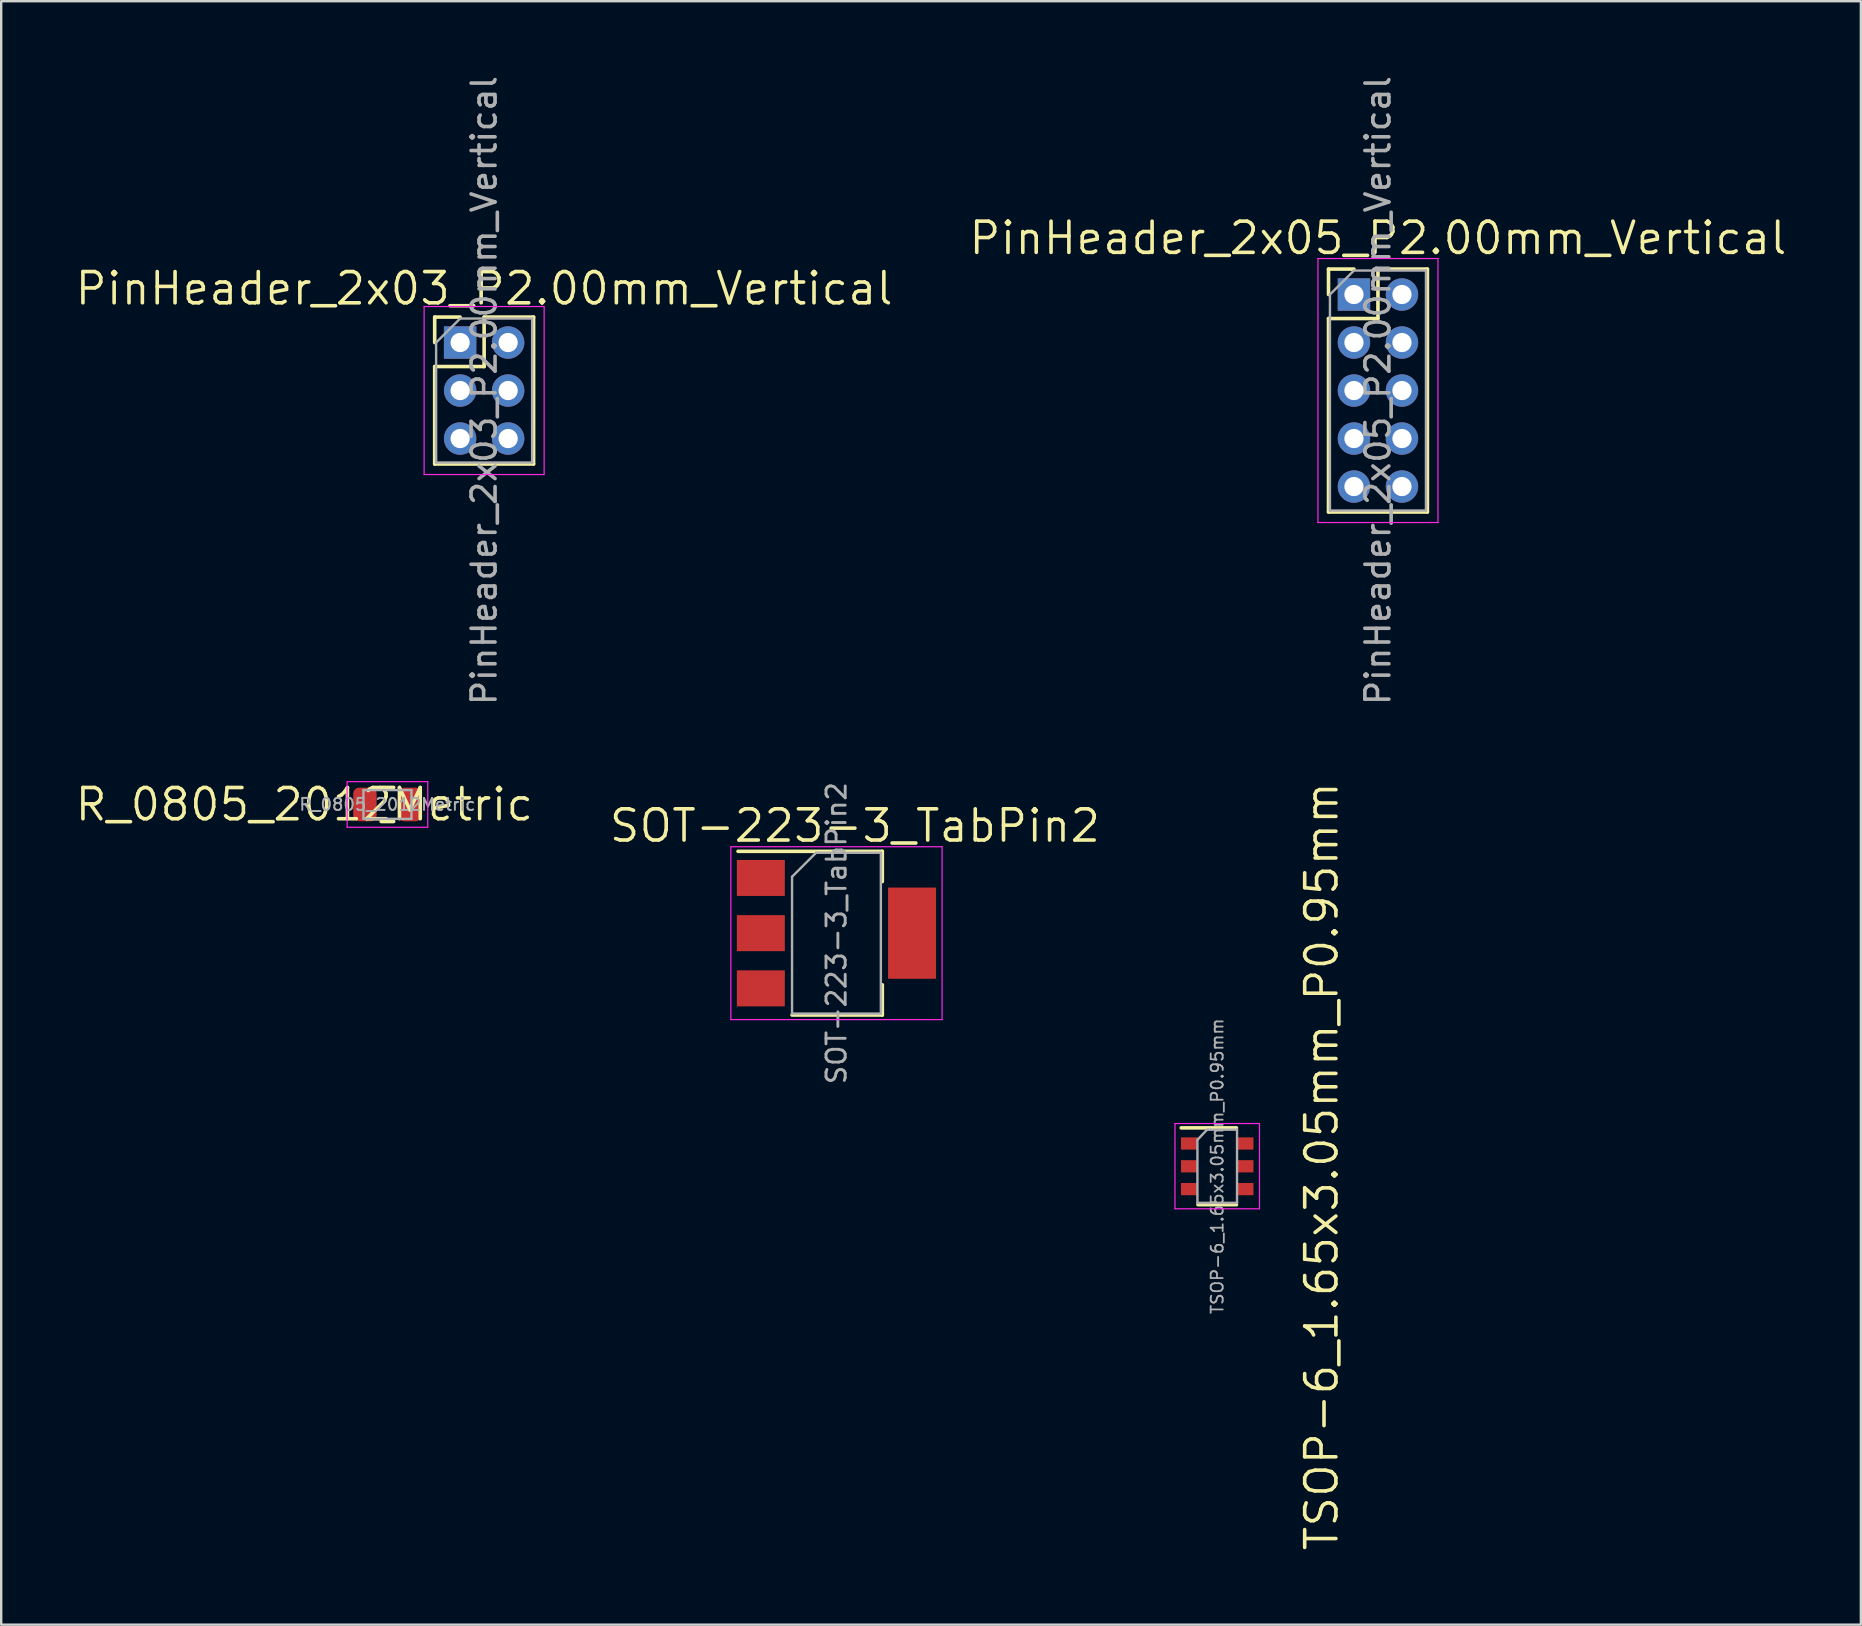
<source format=kicad_pcb>
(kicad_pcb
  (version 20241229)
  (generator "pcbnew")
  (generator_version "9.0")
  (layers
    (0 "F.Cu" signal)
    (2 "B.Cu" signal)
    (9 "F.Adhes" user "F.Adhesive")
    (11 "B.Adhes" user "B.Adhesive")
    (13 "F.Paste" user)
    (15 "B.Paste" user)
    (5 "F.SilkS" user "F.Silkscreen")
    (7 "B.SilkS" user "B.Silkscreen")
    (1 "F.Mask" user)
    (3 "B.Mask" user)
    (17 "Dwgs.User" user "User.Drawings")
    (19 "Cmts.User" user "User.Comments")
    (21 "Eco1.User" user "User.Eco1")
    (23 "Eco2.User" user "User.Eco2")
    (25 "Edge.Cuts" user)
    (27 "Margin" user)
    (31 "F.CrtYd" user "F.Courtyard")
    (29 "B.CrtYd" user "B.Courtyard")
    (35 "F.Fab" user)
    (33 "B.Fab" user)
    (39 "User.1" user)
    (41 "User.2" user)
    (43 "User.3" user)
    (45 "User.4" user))
  (footprint "R_0805_2012Metric"
    (layer "F.Cu")
    (at 13.091 30.464)
    (property "Reference" "R_0805_2012Metric" (at -3.462 0 0) (layer "F.SilkS") (effects (font (size 1.3 1.3) (thickness 0.15))))
    (attr smd)
    (fp_line (start -0.259 -0.71) (end 0.259 -0.71) (stroke (width 0.15) (type solid)) (layer "F.SilkS"))
    (fp_line (start -0.259 0.71) (end 0.259 0.71) (stroke (width 0.15) (type solid)) (layer "F.SilkS"))
    (fp_line (start -1.68 -0.95) (end 1.68 -0.95) (stroke (width 0.05) (type solid)) (layer "F.CrtYd"))
    (fp_line (start -1.68 0.95) (end -1.68 -0.95) (stroke (width 0.05) (type solid)) (layer "F.CrtYd"))
    (fp_line (start 1.68 -0.95) (end 1.68 0.95) (stroke (width 0.05) (type solid)) (layer "F.CrtYd"))
    (fp_line (start 1.68 0.95) (end -1.68 0.95) (stroke (width 0.05) (type solid)) (layer "F.CrtYd"))
    (fp_line (start -1 -0.6) (end 1 -0.6) (stroke (width 0.1) (type solid)) (layer "F.Fab"))
    (fp_line (start -1 0.6) (end -1 -0.6) (stroke (width 0.1) (type solid)) (layer "F.Fab"))
    (fp_line (start 1 -0.6) (end 1 0.6) (stroke (width 0.1) (type solid)) (layer "F.Fab"))
    (fp_line (start 1 0.6) (end -1 0.6) (stroke (width 0.1) (type solid)) (layer "F.Fab"))
    (fp_text user "${REFERENCE}" (at 0 0 0) (layer "F.Fab") (effects (font (size 0.5 0.5) (thickness 0.08))))
    (pad "1" smd roundrect (at -0.938 0) (size 0.975 1.4) (layers "F.Cu" "F.Mask" "F.Paste") (roundrect_rratio 0.25))
    (pad "2" smd roundrect (at 0.938 0) (size 0.975 1.4) (layers "F.Cu" "F.Mask" "F.Paste") (roundrect_rratio 0.25)))
  (footprint "PinHeader_2x05_P2.00mm_Vertical"
    (layer "F.Cu")
    (at 53.356 9.22)
    (property "Reference" "PinHeader_2x05_P2.00mm_Vertical" (at 1 -2.35 0) (layer "F.SilkS") (effects (font (size 1.3 1.3) (thickness 0.15))))
    (attr through_hole)
    (fp_line (start -1.06 -1.06) (end 0 -1.06) (stroke (width 0.15) (type solid)) (layer "F.SilkS"))
    (fp_line (start -1.06 0) (end -1.06 -1.06) (stroke (width 0.15) (type solid)) (layer "F.SilkS"))
    (fp_line (start -1.06 1) (end -1.06 9.06) (stroke (width 0.15) (type solid)) (layer "F.SilkS"))
    (fp_line (start -1.06 1) (end 1 1) (stroke (width 0.15) (type solid)) (layer "F.SilkS"))
    (fp_line (start -1.06 9.06) (end 3.06 9.06) (stroke (width 0.15) (type solid)) (layer "F.SilkS"))
    (fp_line (start 1 -1.06) (end 3.06 -1.06) (stroke (width 0.15) (type solid)) (layer "F.SilkS"))
    (fp_line (start 1 1) (end 1 -1.06) (stroke (width 0.15) (type solid)) (layer "F.SilkS"))
    (fp_line (start 3.06 -1.06) (end 3.06 9.06) (stroke (width 0.15) (type solid)) (layer "F.SilkS"))
    (fp_line (start -1.5 -1.5) (end -1.5 9.5) (stroke (width 0.05) (type solid)) (layer "F.CrtYd"))
    (fp_line (start -1.5 9.5) (end 3.5 9.5) (stroke (width 0.05) (type solid)) (layer "F.CrtYd"))
    (fp_line (start 3.5 -1.5) (end -1.5 -1.5) (stroke (width 0.05) (type solid)) (layer "F.CrtYd"))
    (fp_line (start 3.5 9.5) (end 3.5 -1.5) (stroke (width 0.05) (type solid)) (layer "F.CrtYd"))
    (fp_line (start -1 0) (end 0 -1) (stroke (width 0.1) (type solid)) (layer "F.Fab"))
    (fp_line (start -1 9) (end -1 0) (stroke (width 0.1) (type solid)) (layer "F.Fab"))
    (fp_line (start 0 -1) (end 3 -1) (stroke (width 0.1) (type solid)) (layer "F.Fab"))
    (fp_line (start 3 -1) (end 3 9) (stroke (width 0.1) (type solid)) (layer "F.Fab"))
    (fp_line (start 3 9) (end -1 9) (stroke (width 0.1) (type solid)) (layer "F.Fab"))
    (fp_text user "${REFERENCE}" (at 1 4 90) (layer "F.Fab") (effects (font (size 1 1) (thickness 0.15))))
    (pad "1" thru_hole rect (at 0 0) (size 1.35 1.35) (drill 0.8) (layers "*.Cu" "*.Mask"))
    (pad "2" thru_hole oval (at 2 0) (size 1.35 1.35) (drill 0.8) (layers "*.Cu" "*.Mask"))
    (pad "3" thru_hole oval (at 0 2) (size 1.35 1.35) (drill 0.8) (layers "*.Cu" "*.Mask"))
    (pad "4" thru_hole oval (at 2 2) (size 1.35 1.35) (drill 0.8) (layers "*.Cu" "*.Mask"))
    (pad "5" thru_hole oval (at 0 4) (size 1.35 1.35) (drill 0.8) (layers "*.Cu" "*.Mask"))
    (pad "6" thru_hole oval (at 2 4) (size 1.35 1.35) (drill 0.8) (layers "*.Cu" "*.Mask"))
    (pad "7" thru_hole oval (at 0 6) (size 1.35 1.35) (drill 0.8) (layers "*.Cu" "*.Mask"))
    (pad "8" thru_hole oval (at 2 6) (size 1.35 1.35) (drill 0.8) (layers "*.Cu" "*.Mask"))
    (pad "9" thru_hole oval (at 0 8) (size 1.35 1.35) (drill 0.8) (layers "*.Cu" "*.Mask"))
    (pad "10" thru_hole oval (at 2 8) (size 1.35 1.35) (drill 0.8) (layers "*.Cu" "*.Mask")))
  (footprint "SOT-223-3_TabPin2"
    (layer "F.Cu")
    (at 31.797 35.826)
    (property "Reference" "SOT-223-3_TabPin2" (at 0.769 -4.474 0) (layer "F.SilkS") (effects (font (size 1.3 1.3) (thickness 0.15))))
    (attr smd)
    (fp_line (start -4.1 -3.41) (end 1.91 -3.41) (stroke (width 0.15) (type solid)) (layer "F.SilkS"))
    (fp_line (start -1.85 3.41) (end 1.91 3.41) (stroke (width 0.15) (type solid)) (layer "F.SilkS"))
    (fp_line (start 1.91 -3.41) (end 1.91 -2.15) (stroke (width 0.15) (type solid)) (layer "F.SilkS"))
    (fp_line (start 1.91 3.41) (end 1.91 2.15) (stroke (width 0.15) (type solid)) (layer "F.SilkS"))
    (fp_line (start -4.4 -3.6) (end -4.4 3.6) (stroke (width 0.05) (type solid)) (layer "F.CrtYd"))
    (fp_line (start -4.4 3.6) (end 4.4 3.6) (stroke (width 0.05) (type solid)) (layer "F.CrtYd"))
    (fp_line (start 4.4 -3.6) (end -4.4 -3.6) (stroke (width 0.05) (type solid)) (layer "F.CrtYd"))
    (fp_line (start 4.4 3.6) (end 4.4 -3.6) (stroke (width 0.05) (type solid)) (layer "F.CrtYd"))
    (fp_line (start -1.85 -2.35) (end -1.85 3.35) (stroke (width 0.1) (type solid)) (layer "F.Fab"))
    (fp_line (start -1.85 -2.35) (end -0.85 -3.35) (stroke (width 0.1) (type solid)) (layer "F.Fab"))
    (fp_line (start -1.85 3.35) (end 1.85 3.35) (stroke (width 0.1) (type solid)) (layer "F.Fab"))
    (fp_line (start -0.85 -3.35) (end 1.85 -3.35) (stroke (width 0.1) (type solid)) (layer "F.Fab"))
    (fp_line (start 1.85 -3.35) (end 1.85 3.35) (stroke (width 0.1) (type solid)) (layer "F.Fab"))
    (fp_text user "${REFERENCE}" (at 0 0 90) (layer "F.Fab") (effects (font (size 0.8 0.8) (thickness 0.12))))
    (pad "1" smd rect (at -3.15 -2.3) (size 2 1.5) (layers "F.Cu" "F.Mask" "F.Paste"))
    (pad "2" smd rect (at -3.15 0) (size 2 1.5) (layers "F.Cu" "F.Mask" "F.Paste"))
    (pad "2" smd rect (at 3.15 0) (size 2 3.8) (layers "F.Cu" "F.Mask" "F.Paste"))
    (pad "3" smd rect (at -3.15 2.3) (size 2 1.5) (layers "F.Cu" "F.Mask" "F.Paste")))
  (footprint "PinHeader_2x03_P2.00mm_Vertical"
    (layer "F.Cu")
    (at 16.119 11.22)
    (property "Reference" "PinHeader_2x03_P2.00mm_Vertical" (at 1 -2.25 0) (layer "F.SilkS") (effects (font (size 1.3 1.3) (thickness 0.15))))
    (attr through_hole)
    (fp_line (start -1.06 -1.06) (end 0 -1.06) (stroke (width 0.15) (type solid)) (layer "F.SilkS"))
    (fp_line (start -1.06 0) (end -1.06 -1.06) (stroke (width 0.15) (type solid)) (layer "F.SilkS"))
    (fp_line (start -1.06 1) (end -1.06 5.06) (stroke (width 0.15) (type solid)) (layer "F.SilkS"))
    (fp_line (start -1.06 1) (end 1 1) (stroke (width 0.15) (type solid)) (layer "F.SilkS"))
    (fp_line (start -1.06 5.06) (end 3.06 5.06) (stroke (width 0.15) (type solid)) (layer "F.SilkS"))
    (fp_line (start 1 -1.06) (end 3.06 -1.06) (stroke (width 0.15) (type solid)) (layer "F.SilkS"))
    (fp_line (start 1 1) (end 1 -1.06) (stroke (width 0.15) (type solid)) (layer "F.SilkS"))
    (fp_line (start 3.06 -1.06) (end 3.06 5.06) (stroke (width 0.15) (type solid)) (layer "F.SilkS"))
    (fp_line (start -1.5 -1.5) (end -1.5 5.5) (stroke (width 0.05) (type solid)) (layer "F.CrtYd"))
    (fp_line (start -1.5 5.5) (end 3.5 5.5) (stroke (width 0.05) (type solid)) (layer "F.CrtYd"))
    (fp_line (start 3.5 -1.5) (end -1.5 -1.5) (stroke (width 0.05) (type solid)) (layer "F.CrtYd"))
    (fp_line (start 3.5 5.5) (end 3.5 -1.5) (stroke (width 0.05) (type solid)) (layer "F.CrtYd"))
    (fp_line (start -1 0) (end 0 -1) (stroke (width 0.1) (type solid)) (layer "F.Fab"))
    (fp_line (start -1 5) (end -1 0) (stroke (width 0.1) (type solid)) (layer "F.Fab"))
    (fp_line (start 0 -1) (end 3 -1) (stroke (width 0.1) (type solid)) (layer "F.Fab"))
    (fp_line (start 3 -1) (end 3 5) (stroke (width 0.1) (type solid)) (layer "F.Fab"))
    (fp_line (start 3 5) (end -1 5) (stroke (width 0.1) (type solid)) (layer "F.Fab"))
    (fp_text user "${REFERENCE}" (at 1 2 90) (layer "F.Fab") (effects (font (size 1 1) (thickness 0.15))))
    (pad "1" thru_hole rect (at 0 0) (size 1.35 1.35) (drill 0.8) (layers "*.Cu" "*.Mask"))
    (pad "2" thru_hole oval (at 2 0) (size 1.35 1.35) (drill 0.8) (layers "*.Cu" "*.Mask"))
    (pad "3" thru_hole oval (at 0 2) (size 1.35 1.35) (drill 0.8) (layers "*.Cu" "*.Mask"))
    (pad "4" thru_hole oval (at 2 2) (size 1.35 1.35) (drill 0.8) (layers "*.Cu" "*.Mask"))
    (pad "5" thru_hole oval (at 0 4) (size 1.35 1.35) (drill 0.8) (layers "*.Cu" "*.Mask"))
    (pad "6" thru_hole oval (at 2 4) (size 1.35 1.35) (drill 0.8) (layers "*.Cu" "*.Mask")))
  (footprint "TSOP-6_1.65x3.05mm_P0.95mm"
    (layer "F.Cu")
    (at 47.66 45.538)
    (property "Reference" "TSOP-6_1.65x3.05mm_P0.95mm" (at 4.35 0 90) (layer "F.SilkS") (effects (font (size 1.3 1.3) (thickness 0.15))))
    (attr smd)
    (fp_line (start -0.8 1.6) (end 0.8 1.6) (stroke (width 0.15) (type solid)) (layer "F.SilkS"))
    (fp_line (start 0.8 -1.6) (end -1.5 -1.6) (stroke (width 0.15) (type solid)) (layer "F.SilkS"))
    (fp_line (start -1.76 -1.78) (end -1.76 1.77) (stroke (width 0.05) (type solid)) (layer "F.CrtYd"))
    (fp_line (start -1.76 -1.78) (end 1.76 -1.78) (stroke (width 0.05) (type solid)) (layer "F.CrtYd"))
    (fp_line (start 1.76 1.77) (end -1.76 1.77) (stroke (width 0.05) (type solid)) (layer "F.CrtYd"))
    (fp_line (start 1.76 1.77) (end 1.76 -1.78) (stroke (width 0.05) (type solid)) (layer "F.CrtYd"))
    (fp_line (start -0.825 -1.1) (end -0.825 1.525) (stroke (width 0.1) (type solid)) (layer "F.Fab"))
    (fp_line (start -0.825 -1.1) (end -0.425 -1.525) (stroke (width 0.1) (type solid)) (layer "F.Fab"))
    (fp_line (start 0.825 -1.525) (end -0.425 -1.525) (stroke (width 0.1) (type solid)) (layer "F.Fab"))
    (fp_line (start 0.825 -1.525) (end 0.825 1.525) (stroke (width 0.1) (type solid)) (layer "F.Fab"))
    (fp_line (start 0.825 1.525) (end -0.825 1.525) (stroke (width 0.1) (type solid)) (layer "F.Fab"))
    (fp_text user "${REFERENCE}" (at 0 0 90) (layer "F.Fab") (effects (font (size 0.5 0.5) (thickness 0.075))))
    (pad "1" smd rect (at -1.16 -0.95) (size 0.7 0.51) (layers "F.Cu" "F.Mask" "F.Paste"))
    (pad "2" smd rect (at -1.16 0) (size 0.7 0.51) (layers "F.Cu" "F.Mask" "F.Paste"))
    (pad "3" smd rect (at -1.16 0.95) (size 0.7 0.51) (layers "F.Cu" "F.Mask" "F.Paste"))
    (pad "4" smd rect (at 1.16 0.95) (size 0.7 0.51) (layers "F.Cu" "F.Mask" "F.Paste"))
    (pad "5" smd rect (at 1.16 0) (size 0.7 0.51) (layers "F.Cu" "F.Mask" "F.Paste"))
    (pad "6" smd rect (at 1.16 -0.95) (size 0.7 0.51) (layers "F.Cu" "F.Mask" "F.Paste")))
  (gr_rect
    (start -3 -3)
    (end 74.475 64.635)
    (stroke (width 0.1) (type default))
    (fill no)
    (layer "Edge.Cuts")))
</source>
